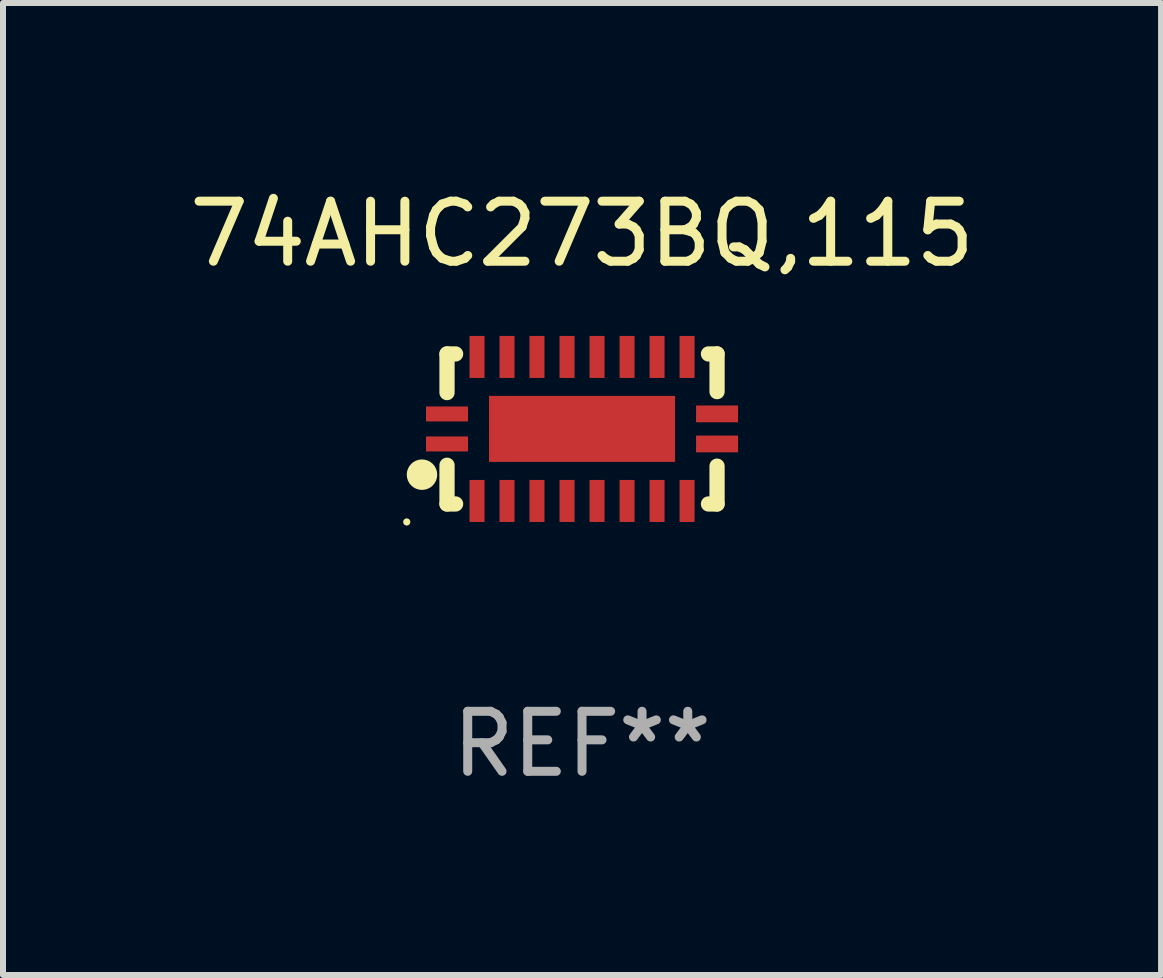
<source format=kicad_pcb>
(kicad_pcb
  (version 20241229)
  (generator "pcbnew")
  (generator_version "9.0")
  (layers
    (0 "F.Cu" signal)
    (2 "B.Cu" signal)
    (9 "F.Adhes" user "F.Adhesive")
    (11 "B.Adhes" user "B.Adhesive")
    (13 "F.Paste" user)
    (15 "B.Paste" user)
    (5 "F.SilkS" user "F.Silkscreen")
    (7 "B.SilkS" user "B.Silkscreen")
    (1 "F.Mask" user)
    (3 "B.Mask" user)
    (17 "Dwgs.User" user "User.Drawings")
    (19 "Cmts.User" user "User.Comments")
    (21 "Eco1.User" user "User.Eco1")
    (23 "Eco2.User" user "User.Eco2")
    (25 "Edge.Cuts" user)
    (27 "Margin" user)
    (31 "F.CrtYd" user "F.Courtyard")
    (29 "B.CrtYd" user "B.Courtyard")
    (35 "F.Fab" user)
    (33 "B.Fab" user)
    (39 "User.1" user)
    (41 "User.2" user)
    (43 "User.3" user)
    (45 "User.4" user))
  (footprint "74AHC273BQ,115"
    (layer "F.Cu")
    (at 6.649 4.098)
    (property "Reference" "74AHC273BQ,115" (at 0 -3.25 0) (layer "F.SilkS") (effects (font (size 1 1) (thickness 0.15))))
    (attr through_hole)
    (fp_line (start -2.25 0.605) (end -2.25 1.25) (stroke (width 0.254) (type solid)) (layer "F.SilkS"))
    (fp_line (start -2.25 1.25) (end -2.107 1.25) (stroke (width 0.254) (type solid)) (layer "F.SilkS"))
    (fp_line (start -2.25 -1.25) (end -2.25 -0.606) (stroke (width 0.254) (type solid)) (layer "F.SilkS"))
    (fp_line (start -2.25 -1.25) (end -2.107 -1.25) (stroke (width 0.254) (type solid)) (layer "F.SilkS"))
    (fp_line (start 2.107 -1.25) (end 2.25 -1.25) (stroke (width 0.254) (type solid)) (layer "F.SilkS"))
    (fp_line (start 2.107 1.25) (end 2.25 1.25) (stroke (width 0.254) (type solid)) (layer "F.SilkS"))
    (fp_line (start 2.25 -1.25) (end 2.25 -0.622) (stroke (width 0.254) (type solid)) (layer "F.SilkS"))
    (fp_line (start 2.25 0.62) (end 2.25 1.25) (stroke (width 0.254) (type solid)) (layer "F.SilkS"))
    (fp_circle (center -2.921 1.55) (end -2.891 1.55) (stroke (width 0.06) (type solid)) (fill no) (layer "F.SilkS"))
    (fp_circle (center -2.667 0.762) (end -2.54 0.762) (stroke (width 0.254) (type solid)) (fill no) (layer "F.SilkS"))
    (fp_text user "REF**" (at 0 5.25 0) (layer "F.Fab") (effects (font (size 1 1) (thickness 0.15))))
    (pad "1" smd rect (at -2.25 0.25 180) (size 0.7 0.25) (layers "F.Cu" "F.Mask" "F.Paste"))
    (pad "2" smd rect (at -1.75 1.2 90) (size 0.7 0.25) (layers "F.Cu" "F.Mask" "F.Paste"))
    (pad "3" smd rect (at -1.25 1.2 90) (size 0.7 0.25) (layers "F.Cu" "F.Mask" "F.Paste"))
    (pad "4" smd rect (at -0.751 1.2 90) (size 0.7 0.25) (layers "F.Cu" "F.Mask" "F.Paste"))
    (pad "5" smd rect (at -0.25 1.2 90) (size 0.7 0.25) (layers "F.Cu" "F.Mask" "F.Paste"))
    (pad "6" smd rect (at 0.25 1.2 90) (size 0.7 0.25) (layers "F.Cu" "F.Mask" "F.Paste"))
    (pad "7" smd rect (at 0.751 1.2 90) (size 0.7 0.25) (layers "F.Cu" "F.Mask" "F.Paste"))
    (pad "8" smd rect (at 1.25 1.2 90) (size 0.7 0.25) (layers "F.Cu" "F.Mask" "F.Paste"))
    (pad "9" smd rect (at 1.75 1.2 90) (size 0.7 0.25) (layers "F.Cu" "F.Mask" "F.Paste"))
    (pad "10" smd rect (at 2.25 0.25 180) (size 0.7 0.28) (layers "F.Cu" "F.Mask" "F.Paste"))
    (pad "11" smd rect (at 2.25 -0.251 180) (size 0.7 0.28) (layers "F.Cu" "F.Mask" "F.Paste"))
    (pad "12" smd rect (at 1.75 -1.2 90) (size 0.7 0.25) (layers "F.Cu" "F.Mask" "F.Paste"))
    (pad "13" smd rect (at 1.25 -1.2 90) (size 0.7 0.25) (layers "F.Cu" "F.Mask" "F.Paste"))
    (pad "14" smd rect (at 0.751 -1.2 90) (size 0.7 0.25) (layers "F.Cu" "F.Mask" "F.Paste"))
    (pad "15" smd rect (at 0.25 -1.2 90) (size 0.7 0.25) (layers "F.Cu" "F.Mask" "F.Paste"))
    (pad "16" smd rect (at -0.25 -1.2 90) (size 0.7 0.25) (layers "F.Cu" "F.Mask" "F.Paste"))
    (pad "17" smd rect (at -0.751 -1.2 90) (size 0.7 0.25) (layers "F.Cu" "F.Mask" "F.Paste"))
    (pad "18" smd rect (at -1.25 -1.2 90) (size 0.7 0.25) (layers "F.Cu" "F.Mask" "F.Paste"))
    (pad "19" smd rect (at -1.75 -1.2 90) (size 0.7 0.25) (layers "F.Cu" "F.Mask" "F.Paste"))
    (pad "20" smd rect (at -2.25 -0.25 180) (size 0.7 0.25) (layers "F.Cu" "F.Mask" "F.Paste"))
    (pad "21" smd rect (at 0 -0.001 180) (size 3.1 1.1) (layers "F.Cu" "F.Mask" "F.Paste")))
  (gr_rect
    (start -3 -3)
    (end 16.298 13.197)
    (stroke (width 0.1) (type default))
    (fill no)
    (layer "Edge.Cuts")))
</source>
